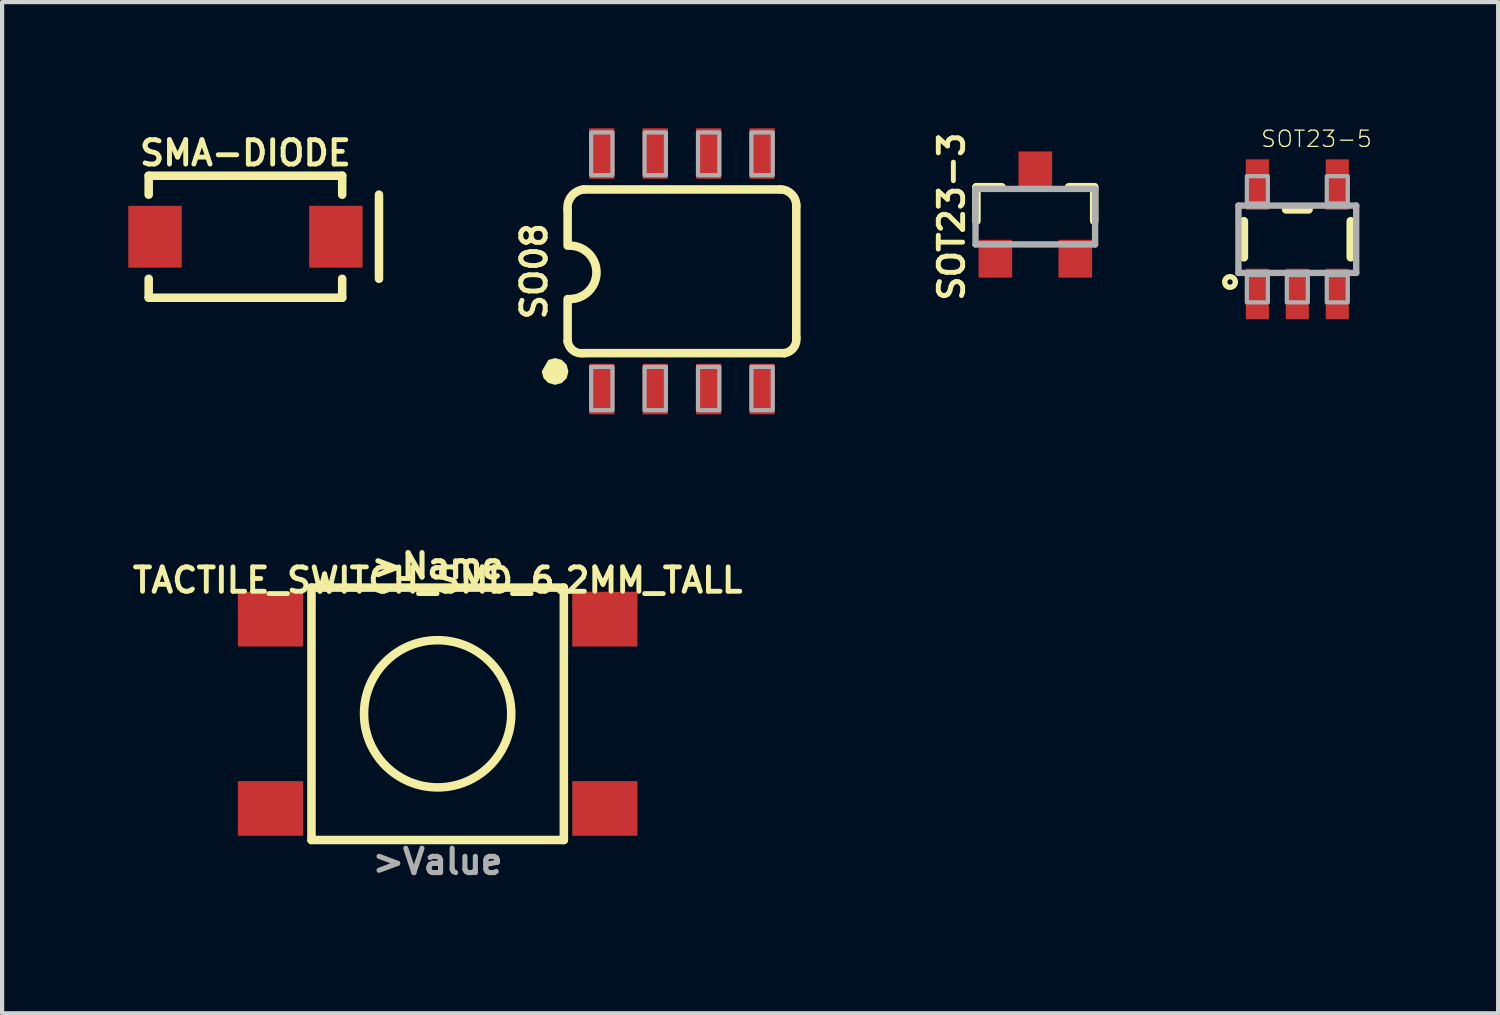
<source format=kicad_pcb>
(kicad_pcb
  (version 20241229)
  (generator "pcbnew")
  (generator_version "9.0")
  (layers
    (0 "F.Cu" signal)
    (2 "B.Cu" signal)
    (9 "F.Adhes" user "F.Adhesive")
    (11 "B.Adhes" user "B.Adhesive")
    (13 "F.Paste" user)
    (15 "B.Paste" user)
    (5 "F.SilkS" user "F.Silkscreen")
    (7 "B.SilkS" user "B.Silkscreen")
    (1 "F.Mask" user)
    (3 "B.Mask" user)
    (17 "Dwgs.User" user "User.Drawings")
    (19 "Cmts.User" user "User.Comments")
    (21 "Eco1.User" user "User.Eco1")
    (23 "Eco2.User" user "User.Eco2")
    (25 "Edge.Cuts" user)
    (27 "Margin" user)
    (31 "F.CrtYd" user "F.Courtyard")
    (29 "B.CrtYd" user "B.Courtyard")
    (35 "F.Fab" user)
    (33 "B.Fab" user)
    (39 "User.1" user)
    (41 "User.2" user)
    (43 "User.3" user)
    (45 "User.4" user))
  (footprint "SO08"
    (layer "F.Cu")
    (at 13.163 3.4)
    (property "Reference" "SO08" (at -3.175 0 90) (layer "F.SilkS") (effects (font (size 0.579 0.579) (thickness 0.116)) (justify bottom)))
    (attr through_hole)
    (fp_line (start -2.718 -1.453) (end -2.718 -0.61) (stroke (width 0.203) (type solid)) (layer "F.SilkS"))
    (fp_line (start -2.718 1.665) (end -2.718 0.66) (stroke (width 0.203) (type solid)) (layer "F.SilkS"))
    (fp_line (start -2.337 1.946) (end 2.437 1.946) (stroke (width 0.203) (type solid)) (layer "F.SilkS"))
    (fp_line (start 2.337 -1.946) (end -2.337 -1.946) (stroke (width 0.203) (type solid)) (layer "F.SilkS"))
    (fp_line (start 2.718 1.565) (end 2.718 -1.565) (stroke (width 0.203) (type solid)) (layer "F.SilkS"))
    (fp_arc (start -2.7178 -1.4653) (mid -2.626948 -1.784731) (end -2.3368 -1.9463) (stroke (width 0.2032) (type solid)) (layer "F.SilkS"))
    (fp_arc (start -2.667 -0.6096) (mid -2.032 0.0254) (end -2.667 0.6604) (stroke (width 0.2032) (type solid)) (layer "F.SilkS"))
    (fp_arc (start -2.336799 1.946301) (mid -2.58554 1.884767) (end -2.7178 1.6653) (stroke (width 0.2032) (type solid)) (layer "F.SilkS"))
    (fp_arc (start 2.3368 -1.9463) (mid 2.606237 -1.834736) (end 2.7178 -1.565298) (stroke (width 0.2032) (type solid)) (layer "F.SilkS"))
    (fp_arc (start 2.7178 1.5653) (mid 2.656208 1.813997) (end 2.4368 1.9463) (stroke (width 0.2032) (type solid)) (layer "F.SilkS"))
    (fp_poly (pts (xy -2.699 2.381) (xy -2.741 2.223) (xy -2.857 2.106) (xy -3.016 2.064) (xy -3.175 2.106) (xy -3.334 2.381) (xy -3.291 2.54) (xy -3.175 2.656) (xy -3.016 2.699) (xy -2.857 2.656) (xy -2.741 2.54)) (stroke (width 0) (type solid)) (fill yes) (layer "F.SilkS"))
    (fp_poly (pts (xy -2.159 -2.286) (xy -1.651 -2.286) (xy -1.651 -3.302) (xy -2.159 -3.302)) (stroke (width 0.1) (type solid)) (fill no) (layer "F.Fab"))
    (fp_poly (pts (xy -2.159 3.302) (xy -1.651 3.302) (xy -1.651 2.273) (xy -2.159 2.273)) (stroke (width 0.1) (type solid)) (fill no) (layer "F.Fab"))
    (fp_poly (pts (xy -0.889 -2.286) (xy -0.381 -2.286) (xy -0.381 -3.302) (xy -0.889 -3.302)) (stroke (width 0.1) (type solid)) (fill no) (layer "F.Fab"))
    (fp_poly (pts (xy -0.889 3.302) (xy -0.381 3.302) (xy -0.381 2.273) (xy -0.889 2.273)) (stroke (width 0.1) (type solid)) (fill no) (layer "F.Fab"))
    (fp_poly (pts (xy 0.381 -2.286) (xy 0.889 -2.286) (xy 0.889 -3.302) (xy 0.381 -3.302)) (stroke (width 0.1) (type solid)) (fill no) (layer "F.Fab"))
    (fp_poly (pts (xy 0.381 3.302) (xy 0.889 3.302) (xy 0.889 2.273) (xy 0.381 2.273)) (stroke (width 0.1) (type solid)) (fill no) (layer "F.Fab"))
    (fp_poly (pts (xy 1.651 -2.286) (xy 2.159 -2.286) (xy 2.159 -3.302) (xy 1.651 -3.302)) (stroke (width 0.1) (type solid)) (fill no) (layer "F.Fab"))
    (fp_poly (pts (xy 1.651 3.302) (xy 2.159 3.302) (xy 2.159 2.273) (xy 1.651 2.273)) (stroke (width 0.1) (type solid)) (fill no) (layer "F.Fab"))
    (pad "1" smd rect (at -1.905 2.8) (size 0.6 1.2) (layers "F.Cu" "F.Mask" "F.Paste"))
    (pad "2" smd rect (at -0.635 2.8) (size 0.6 1.2) (layers "F.Cu" "F.Mask" "F.Paste"))
    (pad "3" smd rect (at 0.635 2.8) (size 0.6 1.2) (layers "F.Cu" "F.Mask" "F.Paste"))
    (pad "4" smd rect (at 1.905 2.8) (size 0.6 1.2) (layers "F.Cu" "F.Mask" "F.Paste"))
    (pad "5" smd rect (at 1.905 -2.8) (size 0.6 1.2) (layers "F.Cu" "F.Mask" "F.Paste"))
    (pad "6" smd rect (at 0.635 -2.8) (size 0.6 1.2) (layers "F.Cu" "F.Mask" "F.Paste"))
    (pad "7" smd rect (at -0.635 -2.8) (size 0.6 1.2) (layers "F.Cu" "F.Mask" "F.Paste"))
    (pad "8" smd rect (at -1.905 -2.8) (size 0.6 1.2) (layers "F.Cu" "F.Mask" "F.Paste")))
  (footprint "SMA-DIODE"
    (layer "F.Cu")
    (at 2.785 2.578)
    (property "Reference" "SMA-DIODE" (at 0 -1.651 0) (layer "F.SilkS") (effects (font (size 0.579 0.579) (thickness 0.116)) (justify bottom)))
    (attr through_hole)
    (fp_line (start -2.3 -1.45) (end 2.3 -1.45) (stroke (width 0.203) (type solid)) (layer "F.SilkS"))
    (fp_line (start -2.3 -1) (end -2.3 -1.45) (stroke (width 0.203) (type solid)) (layer "F.SilkS"))
    (fp_line (start -2.3 1.45) (end -2.3 1) (stroke (width 0.203) (type solid)) (layer "F.SilkS"))
    (fp_line (start 2.3 -1.45) (end 2.3 -1) (stroke (width 0.203) (type solid)) (layer "F.SilkS"))
    (fp_line (start 2.3 1) (end 2.3 1.45) (stroke (width 0.203) (type solid)) (layer "F.SilkS"))
    (fp_line (start 2.3 1.45) (end -2.3 1.45) (stroke (width 0.203) (type solid)) (layer "F.SilkS"))
    (fp_line (start 3.175 -1) (end 3.175 1) (stroke (width 0.203) (type solid)) (layer "F.SilkS"))
    (pad "A" smd rect (at -2.15 0 180) (size 1.27 1.47) (layers "F.Cu" "F.Mask" "F.Paste"))
    (pad "C" smd rect (at 2.15 0) (size 1.27 1.47) (layers "F.Cu" "F.Mask" "F.Paste")))
  (footprint "TACTILE_SWITCH_SMD_6.2MM_TALL"
    (layer "F.Cu")
    (at 7.355 13.92)
    (property "Reference" "TACTILE_SWITCH_SMD_6.2MM_TALL" (at 0 -3.175 0) (layer "F.SilkS") (effects (font (size 0.579 0.579) (thickness 0.116))))
    (attr through_hole)
    (fp_line (start -3 -3) (end -3 3) (stroke (width 0.203) (type solid)) (layer "F.SilkS"))
    (fp_line (start -3 3) (end 3 3) (stroke (width 0.203) (type solid)) (layer "F.SilkS"))
    (fp_line (start 3 -3) (end -3 -3) (stroke (width 0.203) (type solid)) (layer "F.SilkS"))
    (fp_line (start 3 3) (end 3 -3) (stroke (width 0.203) (type solid)) (layer "F.SilkS"))
    (fp_circle (center 0 0) (end 1.75 0) (stroke (width 0.203) (type solid)) (fill no) (layer "F.SilkS"))
    (fp_text user ">Name" (at 0 -3.175 0) (layer "F.SilkS") (effects (font (size 0.579 0.579) (thickness 0.122)) (justify bottom)))
    (fp_text user ">Value" (at 0 3.175 0) (layer "F.Fab") (effects (font (size 0.579 0.579) (thickness 0.122)) (justify top)))
    (pad "A1" smd rect (at -3.975 2.25 90) (size 1.3 1.55) (layers "F.Cu" "F.Mask" "F.Paste"))
    (pad "A2" smd rect (at 3.975 2.25 90) (size 1.3 1.55) (layers "F.Cu" "F.Mask" "F.Paste"))
    (pad "B1" smd rect (at -3.975 -2.25 90) (size 1.3 1.55) (layers "F.Cu" "F.Mask" "F.Paste"))
    (pad "B2" smd rect (at 3.975 -2.25 90) (size 1.3 1.55) (layers "F.Cu" "F.Mask" "F.Paste")))
  (footprint "SOT23-5"
    (layer "F.Cu")
    (at 27.793 2.638)
    (property "Reference" "SOT23-5" (at -0.889 -2.159 0) (layer "F.SilkS") (effects (font (size 0.386 0.386) (thickness 0.031)) (justify left bottom)))
    (attr through_hole)
    (fp_line (start -1.27 0.429) (end -1.27 -0.429) (stroke (width 0.203) (type solid)) (layer "F.SilkS"))
    (fp_line (start -0.268 -0.709) (end 0.268 -0.709) (stroke (width 0.203) (type solid)) (layer "F.SilkS"))
    (fp_line (start 1.27 -0.429) (end 1.27 0.429) (stroke (width 0.203) (type solid)) (layer "F.SilkS"))
    (fp_circle (center -1.6 1.016) (end -1.537 1.016) (stroke (width 0.127) (type solid)) (fill no) (layer "F.SilkS"))
    (fp_line (start -1.4 -0.8) (end -1.4 0.8) (stroke (width 0.152) (type solid)) (layer "F.Fab"))
    (fp_line (start -1.4 -0.8) (end 1.4 -0.8) (stroke (width 0.152) (type solid)) (layer "F.Fab"))
    (fp_line (start 1.4 -0.8) (end 1.4 0.8) (stroke (width 0.152) (type solid)) (layer "F.Fab"))
    (fp_line (start 1.4 0.8) (end -1.4 0.8) (stroke (width 0.152) (type solid)) (layer "F.Fab"))
    (fp_poly (pts (xy -1.2 -0.85) (xy -0.7 -0.85) (xy -0.7 -1.5) (xy -1.2 -1.5)) (stroke (width 0.1) (type solid)) (fill no) (layer "F.Fab"))
    (fp_poly (pts (xy -1.2 1.5) (xy -0.7 1.5) (xy -0.7 0.85) (xy -1.2 0.85)) (stroke (width 0.1) (type solid)) (fill no) (layer "F.Fab"))
    (fp_poly (pts (xy -0.25 1.5) (xy 0.25 1.5) (xy 0.25 0.85) (xy -0.25 0.85)) (stroke (width 0.1) (type solid)) (fill no) (layer "F.Fab"))
    (fp_poly (pts (xy 0.7 -0.85) (xy 1.2 -0.85) (xy 1.2 -1.5) (xy 0.7 -1.5)) (stroke (width 0.1) (type solid)) (fill no) (layer "F.Fab"))
    (fp_poly (pts (xy 0.7 1.5) (xy 1.2 1.5) (xy 1.2 0.85) (xy 0.7 0.85)) (stroke (width 0.1) (type solid)) (fill no) (layer "F.Fab"))
    (pad "1" smd rect (at -0.95 1.3) (size 0.55 1.2) (layers "F.Cu" "F.Mask" "F.Paste"))
    (pad "2" smd rect (at 0 1.3) (size 0.55 1.2) (layers "F.Cu" "F.Mask" "F.Paste"))
    (pad "3" smd rect (at 0.95 1.3) (size 0.55 1.2) (layers "F.Cu" "F.Mask" "F.Paste"))
    (pad "4" smd rect (at 0.95 -1.3) (size 0.55 1.2) (layers "F.Cu" "F.Mask" "F.Paste"))
    (pad "5" smd rect (at -0.95 -1.3) (size 0.55 1.2) (layers "F.Cu" "F.Mask" "F.Paste")))
  (footprint "SOT23-3"
    (layer "F.Cu")
    (at 21.564 2.101)
    (property "Reference" "SOT23-3" (at -1.651 0 90) (layer "F.SilkS") (effects (font (size 0.579 0.579) (thickness 0.116)) (justify bottom)))
    (attr through_hole)
    (fp_line (start -1.4 -0.7) (end -1.4 0.1) (stroke (width 0.203) (type solid)) (layer "F.SilkS"))
    (fp_line (start -0.8 -0.7) (end -1.4 -0.7) (stroke (width 0.203) (type solid)) (layer "F.SilkS"))
    (fp_line (start 0.8 -0.7) (end 1.4 -0.7) (stroke (width 0.203) (type solid)) (layer "F.SilkS"))
    (fp_line (start 1.4 -0.7) (end 1.4 0.1) (stroke (width 0.203) (type solid)) (layer "F.SilkS"))
    (fp_line (start -1.422 -0.66) (end 1.422 -0.66) (stroke (width 0.152) (type solid)) (layer "F.Fab"))
    (fp_line (start -1.422 0.66) (end -1.422 -0.66) (stroke (width 0.152) (type solid)) (layer "F.Fab"))
    (fp_line (start 1.422 -0.66) (end 1.422 0.66) (stroke (width 0.152) (type solid)) (layer "F.Fab"))
    (fp_line (start 1.422 0.66) (end -1.422 0.66) (stroke (width 0.152) (type solid)) (layer "F.Fab"))
    (pad "1" smd rect (at -0.95 1) (size 0.8 0.9) (layers "F.Cu" "F.Mask" "F.Paste"))
    (pad "2" smd rect (at 0.95 1) (size 0.8 0.9) (layers "F.Cu" "F.Mask" "F.Paste"))
    (pad "3" smd rect (at 0 -1.1) (size 0.8 0.9) (layers "F.Cu" "F.Mask" "F.Paste")))
  (gr_rect
    (start -3 -3)
    (end 32.567 21.04)
    (stroke (width 0.1) (type default))
    (fill no)
    (layer "Edge.Cuts")))
</source>
